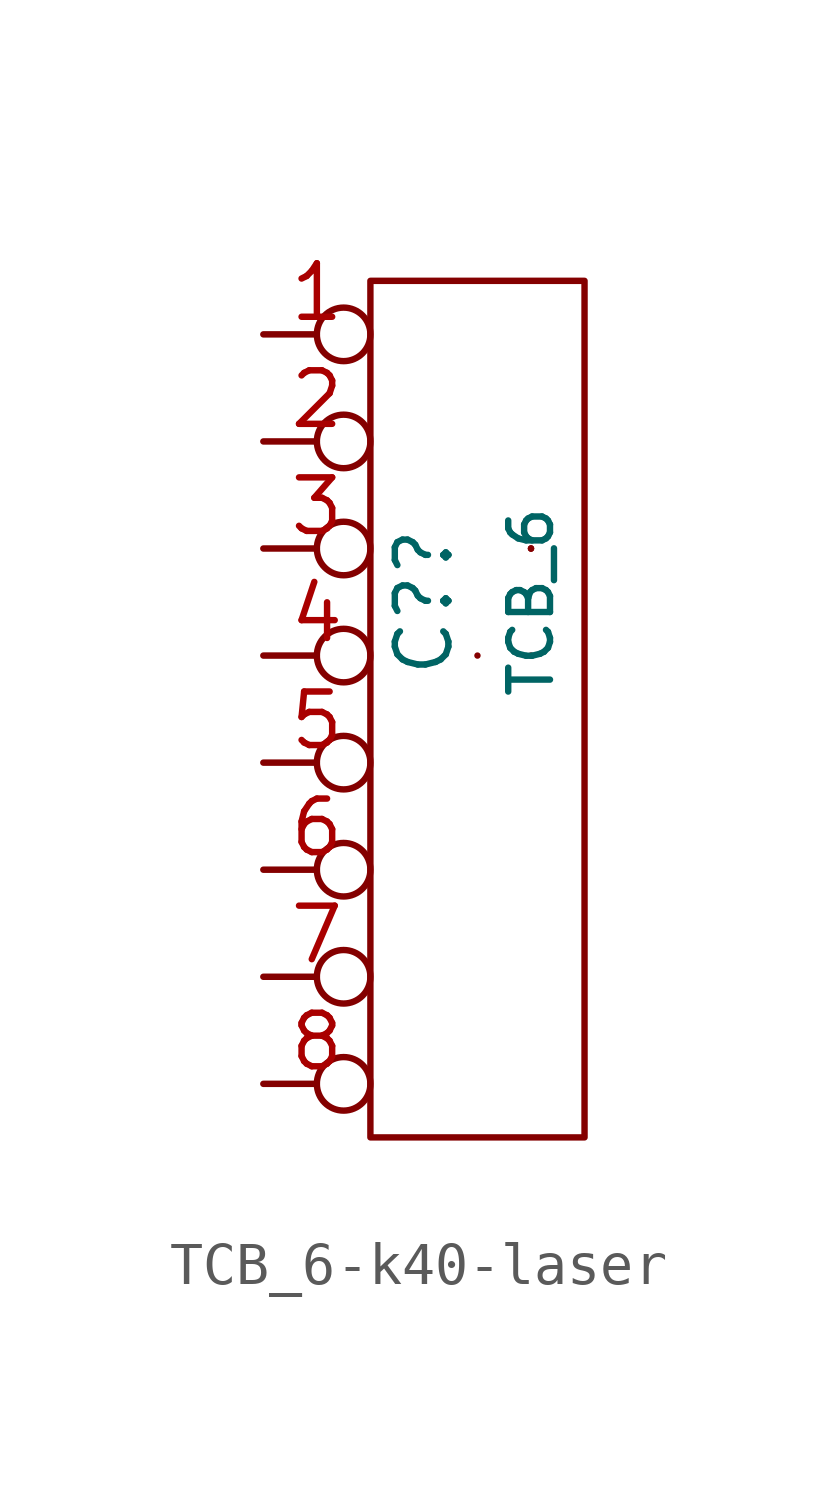
<source format=kicad_sym>
(kicad_symbol_lib
  (version 20210619)
  (generator kicad_symbol_editor)
  (symbol "K40-power-rescue:TCB_6-k40-laser"
    (pin_names
      (offset 0.965) hide)
    (property "Reference" "C?"
      (at -1.27 -1.27 90)
      (effects (font (size 1.27 1.27))))
    (property "Value" "TCB_6"
      (at 1.27 -1.27 90)
      (effects (font (size 0.991 0.991))))
    (symbol "TCB_6-k40-laser_0_1"
      (rectangle (start -2.54 6.35) (end 2.54 -13.97) (stroke (width 0.152)) (fill (type none)))
      (rectangle (start 0 -2.54) (end 0 -2.54) (stroke (width 0.152)) (fill (type none)))
      (rectangle (start 1.27 -2.54) (end 1.27 -2.54) (stroke (width 0.152)) (fill (type none)))
      (rectangle (start 1.27 0) (end 1.27 0) (stroke (width 0.152)) (fill (type none)))
      (rectangle (start 1.27 0) (end 1.27 0) (stroke (width 0.152)) (fill (type none)))
      (rectangle (start 1.27 0) (end 1.27 0) (stroke (width 0.152)) (fill (type none))))
    (symbol "TCB_6-k40-laser_1_1"
      (pin passive inverted (at -5.08 5.08 0) (length 2.54) (name "P" (effects (font (size 1.27 1.27)))) (number "1" (effects (font (size 1.27 1.27)))))
      (pin passive inverted (at -5.08 2.54 0) (length 2.54) (name "P" (effects (font (size 1.27 1.27)))) (number "2" (effects (font (size 1.27 1.27)))))
      (pin passive inverted (at -5.08 0 0) (length 2.54) (name "P" (effects (font (size 1.27 1.27)))) (number "3" (effects (font (size 1.27 1.27)))))
      (pin passive inverted (at -5.08 -2.54 0) (length 2.54) (name "P" (effects (font (size 1.27 1.27)))) (number "4" (effects (font (size 1.27 1.27)))))
      (pin passive inverted (at -5.08 -5.08 0) (length 2.54) (name "P" (effects (font (size 1.27 1.27)))) (number "5" (effects (font (size 1.27 1.27)))))
      (pin passive inverted (at -5.08 -7.62 0) (length 2.54) (name "P" (effects (font (size 1.27 1.27)))) (number "6" (effects (font (size 1.27 1.27)))))
      (pin passive inverted (at -5.08 -10.16 0) (length 2.54) (name "P" (effects (font (size 1.27 1.27)))) (number "7" (effects (font (size 1.27 1.27)))))
      (pin passive inverted (at -5.08 -12.7 0) (length 2.54) (name "P" (effects (font (size 1.27 1.27)))) (number "8" (effects (font (size 1.27 1.27))))))))
</source>
